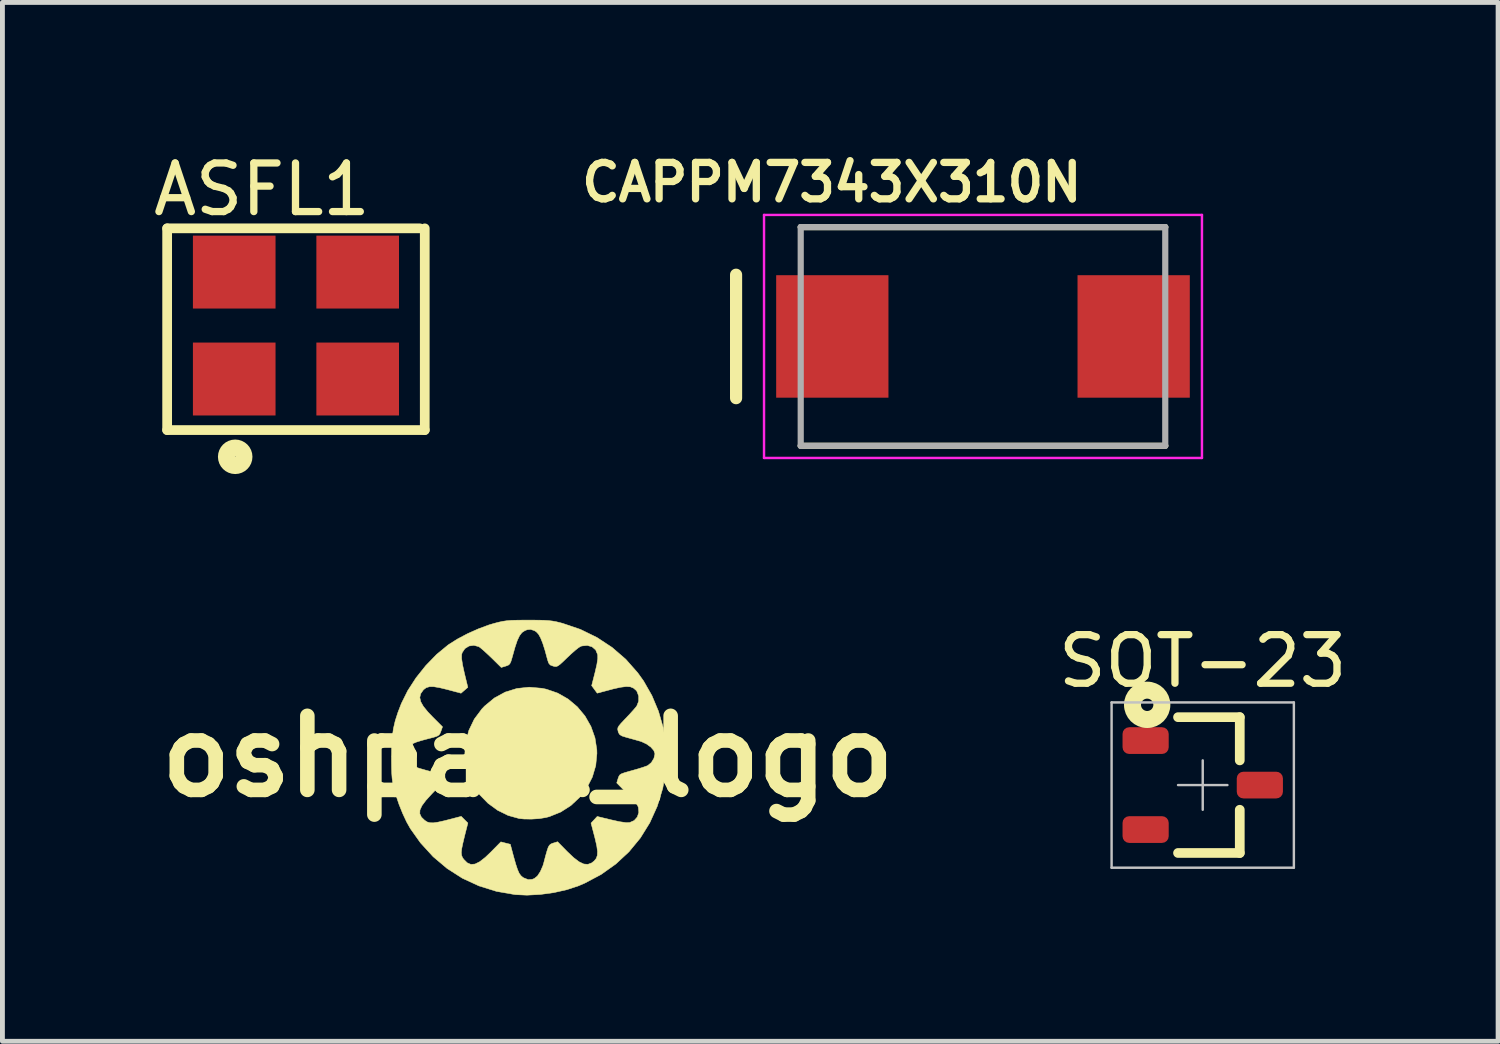
<source format=kicad_pcb>
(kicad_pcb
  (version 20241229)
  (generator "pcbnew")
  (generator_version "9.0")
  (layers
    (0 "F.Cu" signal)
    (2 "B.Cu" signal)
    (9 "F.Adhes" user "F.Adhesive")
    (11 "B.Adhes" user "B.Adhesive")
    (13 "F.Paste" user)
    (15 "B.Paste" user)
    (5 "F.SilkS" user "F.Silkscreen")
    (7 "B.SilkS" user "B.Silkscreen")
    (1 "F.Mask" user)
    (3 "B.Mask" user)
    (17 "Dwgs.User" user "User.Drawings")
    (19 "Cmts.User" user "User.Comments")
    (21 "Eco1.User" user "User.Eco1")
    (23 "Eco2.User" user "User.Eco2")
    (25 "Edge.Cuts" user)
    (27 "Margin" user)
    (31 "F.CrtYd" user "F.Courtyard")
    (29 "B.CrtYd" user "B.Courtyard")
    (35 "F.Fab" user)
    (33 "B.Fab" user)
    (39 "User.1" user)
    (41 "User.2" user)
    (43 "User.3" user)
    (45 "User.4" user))
  (footprint "CAPPM7343X310N"
    (layer "F.Cu")
    (at 17.174 3.872)
    (property "Reference" "CAPPM7343X310N" (at -3.11 -3.17 0) (layer "F.SilkS") (effects (font (size 0.75 0.75) (thickness 0.15))))
    (attr through_hole)
    (fp_line (start -5.08 -1.27) (end -5.08 1.27) (stroke (width 0.25) (type solid)) (layer "F.SilkS"))
    (fp_line (start -3.75 -2.25) (end 3.75 -2.25) (stroke (width 0.127) (type solid)) (layer "F.SilkS"))
    (fp_line (start -3.75 2.25) (end 3.75 2.25) (stroke (width 0.127) (type solid)) (layer "F.SilkS"))
    (fp_line (start -4.505 -2.5) (end 4.505 -2.5) (stroke (width 0.05) (type solid)) (layer "F.CrtYd"))
    (fp_line (start -4.505 2.5) (end -4.505 -2.5) (stroke (width 0.05) (type solid)) (layer "F.CrtYd"))
    (fp_line (start -4.505 2.5) (end 4.505 2.5) (stroke (width 0.05) (type solid)) (layer "F.CrtYd"))
    (fp_line (start 4.505 2.5) (end 4.505 -2.5) (stroke (width 0.05) (type solid)) (layer "F.CrtYd"))
    (fp_line (start -3.75 2.25) (end -3.75 -2.25) (stroke (width 0.127) (type solid)) (layer "F.Fab"))
    (fp_line (start 3.75 -2.25) (end -3.75 -2.25) (stroke (width 0.127) (type solid)) (layer "F.Fab"))
    (fp_line (start 3.75 2.25) (end -3.75 2.25) (stroke (width 0.127) (type solid)) (layer "F.Fab"))
    (fp_line (start 3.75 2.25) (end 3.75 -2.25) (stroke (width 0.127) (type solid)) (layer "F.Fab"))
    (pad "1" smd rect (at -3.1 0) (size 2.31 2.52) (layers "F.Cu" "F.Mask" "F.Paste"))
    (pad "2" smd rect (at 3.1 0) (size 2.31 2.52) (layers "F.Cu" "F.Mask" "F.Paste")))
  (footprint "SOT-23"
    (layer "F.Cu")
    (at 21.695 13.102)
    (property "Reference" "SOT-23" (at 0 -2.55 0) (layer "F.SilkS") (effects (font (size 1 1) (thickness 0.15))))
    (attr through_hole)
    (fp_line (start 0.762 -1.397) (end -0.508 -1.397) (stroke (width 0.2) (type solid)) (layer "F.SilkS"))
    (fp_line (start 0.762 -0.508) (end 0.762 -1.397) (stroke (width 0.2) (type solid)) (layer "F.SilkS"))
    (fp_line (start 0.762 0.508) (end 0.762 1.397) (stroke (width 0.2) (type solid)) (layer "F.SilkS"))
    (fp_line (start 0.762 1.397) (end -0.508 1.397) (stroke (width 0.2) (type solid)) (layer "F.SilkS"))
    (fp_circle (center -1.143 -1.651) (end -1.143 -1.524) (stroke (width 0.35) (type solid)) (fill no) (layer "F.SilkS"))
    (fp_line (start -1.875 -1.7) (end -1.875 1.7) (stroke (width 0.05) (type solid)) (layer "Dwgs.User"))
    (fp_line (start -1.875 -1.7) (end 1.875 -1.7) (stroke (width 0.05) (type solid)) (layer "Dwgs.User"))
    (fp_line (start 0 -0.508) (end 0 0.508) (stroke (width 0.05) (type solid)) (layer "Dwgs.User"))
    (fp_line (start 0.508 0) (end -0.508 0) (stroke (width 0.05) (type solid)) (layer "Dwgs.User"))
    (fp_line (start 1.875 -1.7) (end 1.875 1.7) (stroke (width 0.05) (type solid)) (layer "Dwgs.User"))
    (fp_line (start 1.875 1.7) (end -1.875 1.7) (stroke (width 0.05) (type solid)) (layer "Dwgs.User"))
    (fp_line (start -0.762 -1.397) (end -0.762 1.397) (stroke (width 0.05) (type solid)) (layer "Eco1.User"))
    (fp_line (start -0.762 1.397) (end 0.762 1.397) (stroke (width 0.05) (type solid)) (layer "Eco1.User"))
    (fp_line (start 0.762 -1.397) (end -0.762 -1.397) (stroke (width 0.05) (type solid)) (layer "Eco1.User"))
    (fp_line (start 0.762 1.397) (end 0.762 -1.397) (stroke (width 0.05) (type solid)) (layer "Eco1.User"))
    (pad "1" smd roundrect (at -1.175 -0.915) (size 0.95 0.55) (layers "F.Cu" "F.Mask" "F.Paste") (roundrect_rratio 0.25))
    (pad "2" smd roundrect (at -1.175 0.915) (size 0.95 0.55) (layers "F.Cu" "F.Mask" "F.Paste") (roundrect_rratio 0.25))
    (pad "3" smd roundrect (at 1.175 0) (size 0.95 0.55) (layers "F.Cu" "F.Mask" "F.Paste") (roundrect_rratio 0.25)))
  (footprint "ASFL1"
    (layer "F.Cu")
    (at 3.039 3.648)
    (property "Reference" "ASFL1" (at -0.7 -2.8 0) (layer "F.SilkS") (effects (font (size 1 1) (thickness 0.15))))
    (attr through_hole)
    (fp_line (start -2.65 -2) (end 2.55 -2) (stroke (width 0.2) (type solid)) (layer "F.SilkS"))
    (fp_line (start -2.65 2.15) (end -2.65 -2) (stroke (width 0.2) (type solid)) (layer "F.SilkS"))
    (fp_line (start 2.65 -2) (end 2.65 2.15) (stroke (width 0.2) (type solid)) (layer "F.SilkS"))
    (fp_line (start 2.65 2.15) (end -2.65 2.15) (stroke (width 0.2) (type solid)) (layer "F.SilkS"))
    (fp_circle (center -1.25 2.7) (end -1.07 2.7) (stroke (width 0.35) (type solid)) (fill no) (layer "F.SilkS"))
    (pad "1" smd rect (at -1.27 1.1) (size 1.7 1.5) (layers "F.Cu" "F.Mask" "F.Paste"))
    (pad "2" smd rect (at 1.27 1.1) (size 1.7 1.5) (layers "F.Cu" "F.Mask" "F.Paste"))
    (pad "3" smd rect (at 1.27 -1.1) (size 1.7 1.5) (layers "F.Cu" "F.Mask" "F.Paste"))
    (pad "4" smd rect (at -1.27 -1.1) (size 1.7 1.5) (layers "F.Cu" "F.Mask" "F.Paste")))
  (footprint "oshpark_logo"
    (layer "F.Cu")
    (at 7.809 12.512)
    (property "Reference" "oshpark_logo" (at 0 0 0) (layer "F.SilkS") (effects (font (size 1.524 1.524) (thickness 0.3))))
    (attr through_hole)
    (fp_poly (pts (xy 0.291 -1.401) (xy 0.379 -1.383) (xy 0.615 -1.302) (xy 0.83 -1.179) (xy 1.019 -1.02) (xy 1.177 -0.83) (xy 1.299 -0.616) (xy 1.382 -0.382) (xy 1.42 -0.136) (xy 1.422 -0.061) (xy 1.398 0.188) (xy 1.328 0.425) (xy 1.216 0.645) (xy 1.067 0.842) (xy 0.886 1.011) (xy 0.678 1.144) (xy 0.446 1.238) (xy 0.375 1.257) (xy 0.237 1.28) (xy 0.078 1.29) (xy -0.077 1.288) (xy -0.178 1.278) (xy -0.405 1.215) (xy -0.621 1.109) (xy -0.818 0.965) (xy -0.989 0.79) (xy -1.128 0.592) (xy -1.228 0.376) (xy -1.267 0.234) (xy -1.297 -0.03) (xy -1.279 -0.288) (xy -1.212 -0.536) (xy -1.101 -0.767) (xy -0.944 -0.977) (xy -0.889 -1.035) (xy -0.687 -1.202) (xy -0.464 -1.323) (xy -0.225 -1.397) (xy 0.028 -1.424) (xy 0.291 -1.401)) (stroke (width 0.01) (type solid)) (fill yes) (layer "F.SilkS"))
    (fp_poly (pts (xy 0.183 -2.803) (xy 0.314 -2.801) (xy 0.417 -2.795) (xy 0.504 -2.785) (xy 0.587 -2.77) (xy 0.676 -2.748) (xy 0.717 -2.737) (xy 1.082 -2.613) (xy 1.422 -2.447) (xy 1.735 -2.241) (xy 2.016 -1.998) (xy 2.262 -1.719) (xy 2.383 -1.55) (xy 2.553 -1.252) (xy 2.688 -0.93) (xy 2.785 -0.595) (xy 2.842 -0.256) (xy 2.856 0.078) (xy 2.843 0.272) (xy 2.776 0.659) (xy 2.664 1.024) (xy 2.51 1.365) (xy 2.316 1.678) (xy 2.082 1.962) (xy 1.812 2.213) (xy 1.507 2.43) (xy 1.169 2.609) (xy 1.041 2.664) (xy 0.801 2.743) (xy 0.533 2.803) (xy 0.254 2.841) (xy -0.018 2.855) (xy -0.259 2.844) (xy -0.644 2.777) (xy -1.006 2.664) (xy -1.346 2.507) (xy -1.66 2.306) (xy -1.948 2.063) (xy -2.208 1.778) (xy -2.416 1.486) (xy -2.494 1.347) (xy -2.574 1.175) (xy -2.65 0.986) (xy -2.714 0.796) (xy -2.737 0.717) (xy -2.762 0.62) (xy -2.78 0.534) (xy -2.792 0.448) (xy -2.799 0.35) (xy -2.803 0.227) (xy -2.805 0.068) (xy -2.805 0.025) (xy -2.804 -0.006) (xy -2.534 -0.006) (xy -2.494 0.088) (xy -2.491 0.092) (xy -2.458 0.136) (xy -2.409 0.173) (xy -2.339 0.208) (xy -2.238 0.244) (xy -2.099 0.284) (xy -2.017 0.306) (xy -1.916 0.333) (xy -1.853 0.355) (xy -1.816 0.38) (xy -1.796 0.413) (xy -1.783 0.451) (xy -1.754 0.543) (xy -1.978 0.774) (xy -2.098 0.906) (xy -2.178 1.014) (xy -2.219 1.103) (xy -2.222 1.18) (xy -2.19 1.249) (xy -2.122 1.315) (xy -2.119 1.317) (xy -2.07 1.349) (xy -2.015 1.365) (xy -1.943 1.367) (xy -1.847 1.353) (xy -1.717 1.324) (xy -1.635 1.303) (xy -1.37 1.234) (xy -1.233 1.371) (xy -1.303 1.647) (xy -1.338 1.794) (xy -1.36 1.901) (xy -1.368 1.978) (xy -1.362 2.035) (xy -1.344 2.081) (xy -1.317 2.119) (xy -1.246 2.19) (xy -1.171 2.222) (xy -1.086 2.215) (xy -0.989 2.167) (xy -0.874 2.077) (xy -0.764 1.972) (xy -0.554 1.759) (xy -0.457 1.784) (xy -0.36 1.808) (xy -0.291 2.066) (xy -0.248 2.217) (xy -0.212 2.326) (xy -0.179 2.402) (xy -0.143 2.453) (xy -0.103 2.488) (xy -0.082 2.5) (xy 0.007 2.535) (xy 0.089 2.53) (xy 0.135 2.512) (xy 0.199 2.46) (xy 0.259 2.368) (xy 0.311 2.249) (xy 0.33 2.184) (xy 0.367 2.042) (xy 0.396 1.941) (xy 0.419 1.873) (xy 0.442 1.831) (xy 0.468 1.807) (xy 0.5 1.791) (xy 0.523 1.784) (xy 0.613 1.756) (xy 0.811 1.958) (xy 0.944 2.084) (xy 1.056 2.169) (xy 1.151 2.214) (xy 1.235 2.221) (xy 1.312 2.193) (xy 1.365 2.152) (xy 1.407 2.101) (xy 1.43 2.038) (xy 1.434 1.955) (xy 1.419 1.843) (xy 1.385 1.694) (xy 1.376 1.658) (xy 1.301 1.373) (xy 1.365 1.304) (xy 1.428 1.236) (xy 1.718 1.306) (xy 1.889 1.344) (xy 2.016 1.362) (xy 2.095 1.361) (xy 2.188 1.32) (xy 2.253 1.247) (xy 2.284 1.153) (xy 2.275 1.05) (xy 2.258 1.008) (xy 2.229 0.968) (xy 2.173 0.902) (xy 2.098 0.82) (xy 2.03 0.749) (xy 1.83 0.546) (xy 1.858 0.453) (xy 1.873 0.412) (xy 1.892 0.382) (xy 1.926 0.359) (xy 1.985 0.337) (xy 2.078 0.31) (xy 2.143 0.292) (xy 2.259 0.259) (xy 2.362 0.227) (xy 2.44 0.2) (xy 2.47 0.187) (xy 2.542 0.127) (xy 2.595 0.039) (xy 2.616 -0.052) (xy 2.593 -0.12) (xy 2.532 -0.191) (xy 2.443 -0.255) (xy 2.337 -0.305) (xy 2.303 -0.315) (xy 2.191 -0.347) (xy 2.071 -0.38) (xy 2.02 -0.394) (xy 1.938 -0.42) (xy 1.892 -0.448) (xy 1.867 -0.487) (xy 1.858 -0.515) (xy 1.85 -0.554) (xy 1.853 -0.588) (xy 1.874 -0.627) (xy 1.918 -0.68) (xy 1.99 -0.757) (xy 2.019 -0.787) (xy 2.101 -0.874) (xy 2.173 -0.954) (xy 2.226 -1.016) (xy 2.244 -1.041) (xy 2.281 -1.136) (xy 2.281 -1.241) (xy 2.246 -1.336) (xy 2.229 -1.358) (xy 2.175 -1.405) (xy 2.109 -1.432) (xy 2.022 -1.437) (xy 1.906 -1.422) (xy 1.754 -1.388) (xy 1.711 -1.376) (xy 1.428 -1.301) (xy 1.371 -1.378) (xy 1.314 -1.456) (xy 1.384 -1.73) (xy 1.421 -1.891) (xy 1.439 -2.01) (xy 1.438 -2.09) (xy 1.437 -2.093) (xy 1.397 -2.19) (xy 1.322 -2.255) (xy 1.224 -2.283) (xy 1.112 -2.272) (xy 1.084 -2.262) (xy 1.041 -2.235) (xy 0.972 -2.18) (xy 0.888 -2.106) (xy 0.814 -2.036) (xy 0.724 -1.949) (xy 0.661 -1.892) (xy 0.617 -1.861) (xy 0.582 -1.848) (xy 0.548 -1.851) (xy 0.52 -1.858) (xy 0.461 -1.881) (xy 0.428 -1.922) (xy 0.406 -1.989) (xy 0.354 -2.181) (xy 0.307 -2.329) (xy 0.263 -2.438) (xy 0.22 -2.515) (xy 0.174 -2.564) (xy 0.135 -2.588) (xy 0.057 -2.613) (xy -0.014 -2.606) (xy -0.063 -2.586) (xy -0.12 -2.548) (xy -0.17 -2.483) (xy -0.216 -2.386) (xy -0.262 -2.25) (xy -0.292 -2.143) (xy -0.324 -2.029) (xy -0.347 -1.953) (xy -0.369 -1.907) (xy -0.395 -1.881) (xy -0.43 -1.866) (xy -0.453 -1.858) (xy -0.546 -1.83) (xy -0.749 -2.03) (xy -0.837 -2.113) (xy -0.916 -2.185) (xy -0.978 -2.237) (xy -1.008 -2.258) (xy -1.11 -2.285) (xy -1.209 -2.271) (xy -1.293 -2.219) (xy -1.349 -2.137) (xy -1.361 -2.095) (xy -1.362 -2.014) (xy -1.343 -1.887) (xy -1.305 -1.714) (xy -1.234 -1.421) (xy -1.304 -1.36) (xy -1.374 -1.3) (xy -1.658 -1.376) (xy -1.815 -1.414) (xy -1.934 -1.434) (xy -2.023 -1.434) (xy -2.09 -1.414) (xy -2.143 -1.374) (xy -2.151 -1.365) (xy -2.204 -1.29) (xy -2.222 -1.212) (xy -2.204 -1.127) (xy -2.149 -1.029) (xy -2.054 -0.912) (xy -1.958 -0.812) (xy -1.755 -0.609) (xy -1.788 -0.515) (xy -1.806 -0.47) (xy -1.829 -0.439) (xy -1.867 -0.416) (xy -1.933 -0.394) (xy -2.037 -0.367) (xy -2.042 -0.366) (xy -2.187 -0.327) (xy -2.293 -0.294) (xy -2.368 -0.262) (xy -2.424 -0.226) (xy -2.469 -0.182) (xy -2.477 -0.173) (xy -2.528 -0.089) (xy -2.534 -0.006) (xy -2.804 -0.006) (xy -2.801 -0.205) (xy -2.789 -0.399) (xy -2.765 -0.571) (xy -2.727 -0.735) (xy -2.672 -0.905) (xy -2.602 -1.087) (xy -2.471 -1.351) (xy -2.3 -1.616) (xy -2.099 -1.868) (xy -1.877 -2.097) (xy -1.643 -2.29) (xy -1.623 -2.304) (xy -1.447 -2.415) (xy -1.239 -2.525) (xy -1.017 -2.624) (xy -0.802 -2.704) (xy -0.694 -2.736) (xy -0.598 -2.761) (xy -0.514 -2.779) (xy -0.431 -2.791) (xy -0.336 -2.799) (xy -0.219 -2.802) (xy -0.067 -2.804) (xy 0.013 -2.804) (xy 0.183 -2.803)) (stroke (width 0.01) (type solid)) (fill yes) (layer "F.SilkS")))
  (gr_rect
    (start -3 -3)
    (end 27.772 18.373)
    (stroke (width 0.1) (type default))
    (fill no)
    (layer "Edge.Cuts")))
</source>
